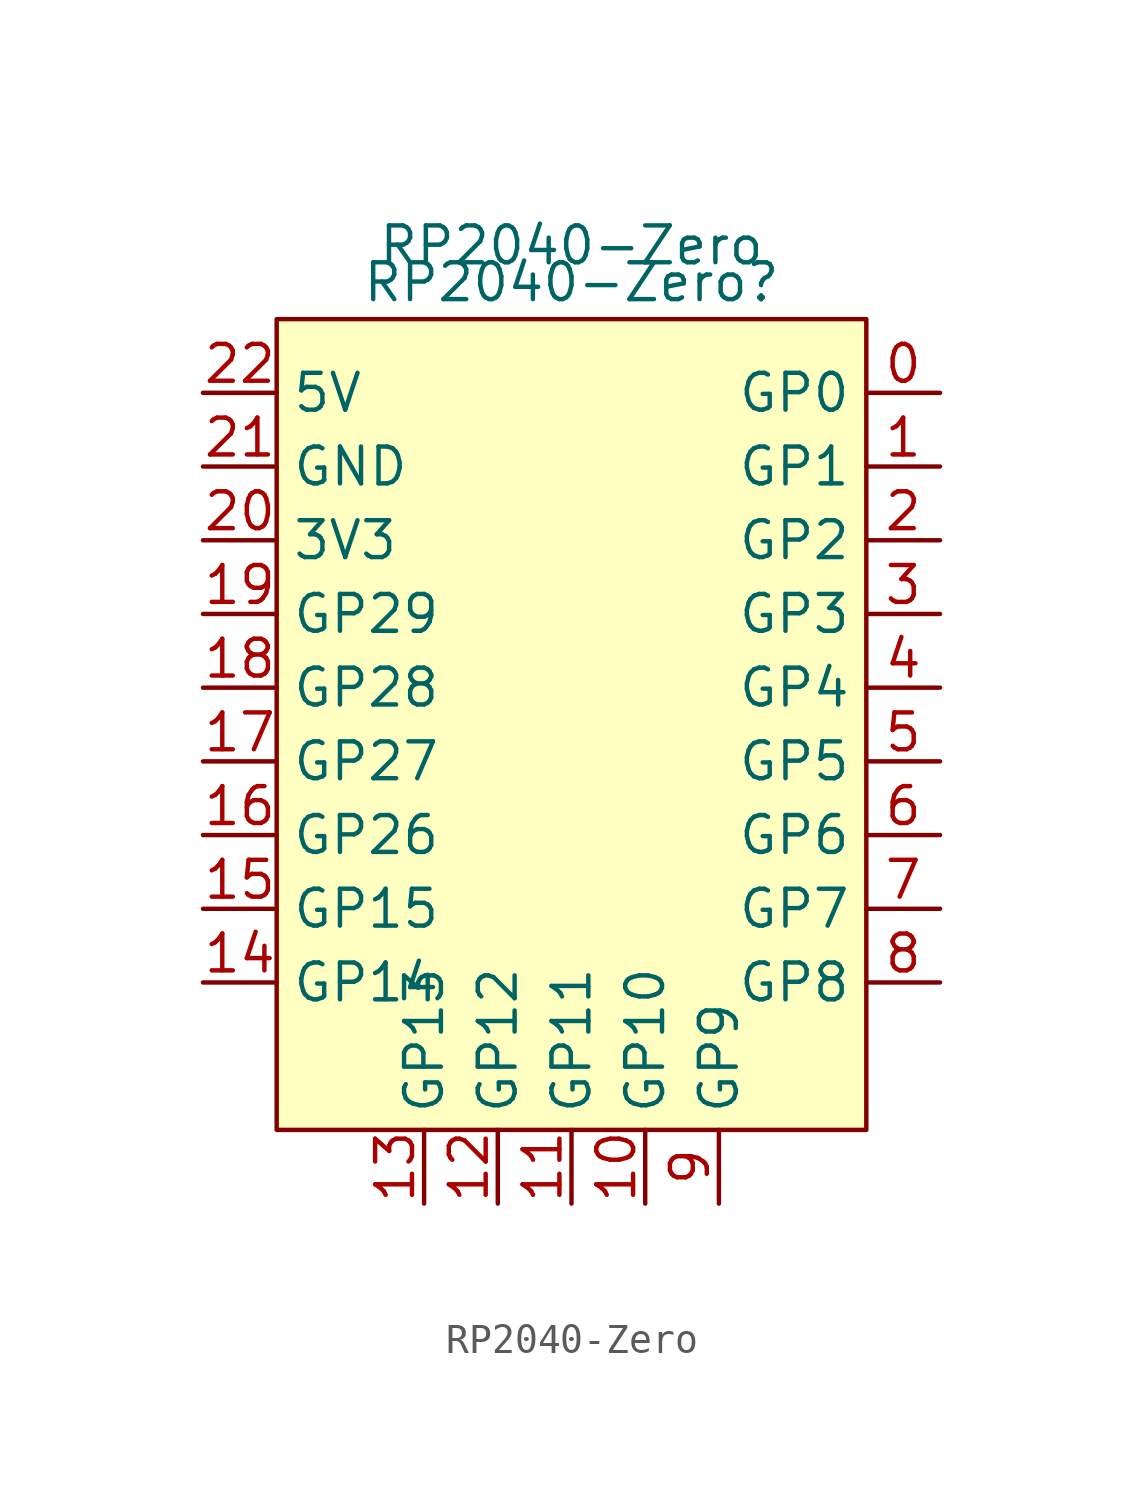
<source format=kicad_sym>
(kicad_symbol_lib
  (version 20220914)
  (generator kicad_symbol_editor)
  (symbol "RP2040-Zero"
    (property "Reference" "RP2040-Zero"
      (at 5.08 13.97 0)
      (effects (font (size 1.27 1.27))))
    (property "Value" "RP2040-Zero"
      (at 5.08 15.24 0)
      (effects (font (size 1.27 1.27))))
    (symbol "RP2040-Zero_0_1"
      (rectangle (start -5.08 12.7) (end 15.24 -15.24) (stroke (width 0) (type default)) (fill (type background))))
    (symbol "RP2040-Zero_1_1"
      (pin bidirectional line (at 17.78 10.16 180) (length 2.54) (name "GP0" (effects (font (size 1.27 1.27)))) (number "0" (effects (font (size 1.27 1.27)))))
      (pin bidirectional line (at 17.78 7.62 180) (length 2.54) (name "GP1" (effects (font (size 1.27 1.27)))) (number "1" (effects (font (size 1.27 1.27)))))
      (pin bidirectional line (at 7.62 -17.78 90) (length 2.54) (name "GP10" (effects (font (size 1.27 1.27)))) (number "10" (effects (font (size 1.27 1.27)))))
      (pin bidirectional line (at 5.08 -17.78 90) (length 2.54) (name "GP11" (effects (font (size 1.27 1.27)))) (number "11" (effects (font (size 1.27 1.27)))))
      (pin bidirectional line (at 2.54 -17.78 90) (length 2.54) (name "GP12" (effects (font (size 1.27 1.27)))) (number "12" (effects (font (size 1.27 1.27)))))
      (pin bidirectional line (at 0 -17.78 90) (length 2.54) (name "GP13" (effects (font (size 1.27 1.27)))) (number "13" (effects (font (size 1.27 1.27)))))
      (pin bidirectional line (at -7.62 -10.16 0) (length 2.54) (name "GP14" (effects (font (size 1.27 1.27)))) (number "14" (effects (font (size 1.27 1.27)))))
      (pin bidirectional line (at -7.62 -7.62 0) (length 2.54) (name "GP15" (effects (font (size 1.27 1.27)))) (number "15" (effects (font (size 1.27 1.27)))))
      (pin bidirectional line (at -7.62 -5.08 0) (length 2.54) (name "GP26" (effects (font (size 1.27 1.27)))) (number "16" (effects (font (size 1.27 1.27)))))
      (pin bidirectional line (at -7.62 -2.54 0) (length 2.54) (name "GP27" (effects (font (size 1.27 1.27)))) (number "17" (effects (font (size 1.27 1.27)))))
      (pin bidirectional line (at -7.62 0 0) (length 2.54) (name "GP28" (effects (font (size 1.27 1.27)))) (number "18" (effects (font (size 1.27 1.27)))))
      (pin bidirectional line (at -7.62 2.54 0) (length 2.54) (name "GP29" (effects (font (size 1.27 1.27)))) (number "19" (effects (font (size 1.27 1.27)))))
      (pin bidirectional line (at 17.78 5.08 180) (length 2.54) (name "GP2" (effects (font (size 1.27 1.27)))) (number "2" (effects (font (size 1.27 1.27)))))
      (pin power_in line (at -7.62 5.08 0) (length 2.54) (name "3V3" (effects (font (size 1.27 1.27)))) (number "20" (effects (font (size 1.27 1.27)))))
      (pin power_in line (at -7.62 7.62 0) (length 2.54) (name "GND" (effects (font (size 1.27 1.27)))) (number "21" (effects (font (size 1.27 1.27)))))
      (pin power_in line (at -7.62 10.16 0) (length 2.54) (name "5V" (effects (font (size 1.27 1.27)))) (number "22" (effects (font (size 1.27 1.27)))))
      (pin bidirectional line (at 17.78 2.54 180) (length 2.54) (name "GP3" (effects (font (size 1.27 1.27)))) (number "3" (effects (font (size 1.27 1.27)))))
      (pin bidirectional line (at 17.78 0 180) (length 2.54) (name "GP4" (effects (font (size 1.27 1.27)))) (number "4" (effects (font (size 1.27 1.27)))))
      (pin bidirectional line (at 17.78 -2.54 180) (length 2.54) (name "GP5" (effects (font (size 1.27 1.27)))) (number "5" (effects (font (size 1.27 1.27)))))
      (pin bidirectional line (at 17.78 -5.08 180) (length 2.54) (name "GP6" (effects (font (size 1.27 1.27)))) (number "6" (effects (font (size 1.27 1.27)))))
      (pin bidirectional line (at 17.78 -7.62 180) (length 2.54) (name "GP7" (effects (font (size 1.27 1.27)))) (number "7" (effects (font (size 1.27 1.27)))))
      (pin bidirectional line (at 17.78 -10.16 180) (length 2.54) (name "GP8" (effects (font (size 1.27 1.27)))) (number "8" (effects (font (size 1.27 1.27)))))
      (pin bidirectional line (at 10.16 -17.78 90) (length 2.54) (name "GP9" (effects (font (size 1.27 1.27)))) (number "9" (effects (font (size 1.27 1.27))))))))
</source>
